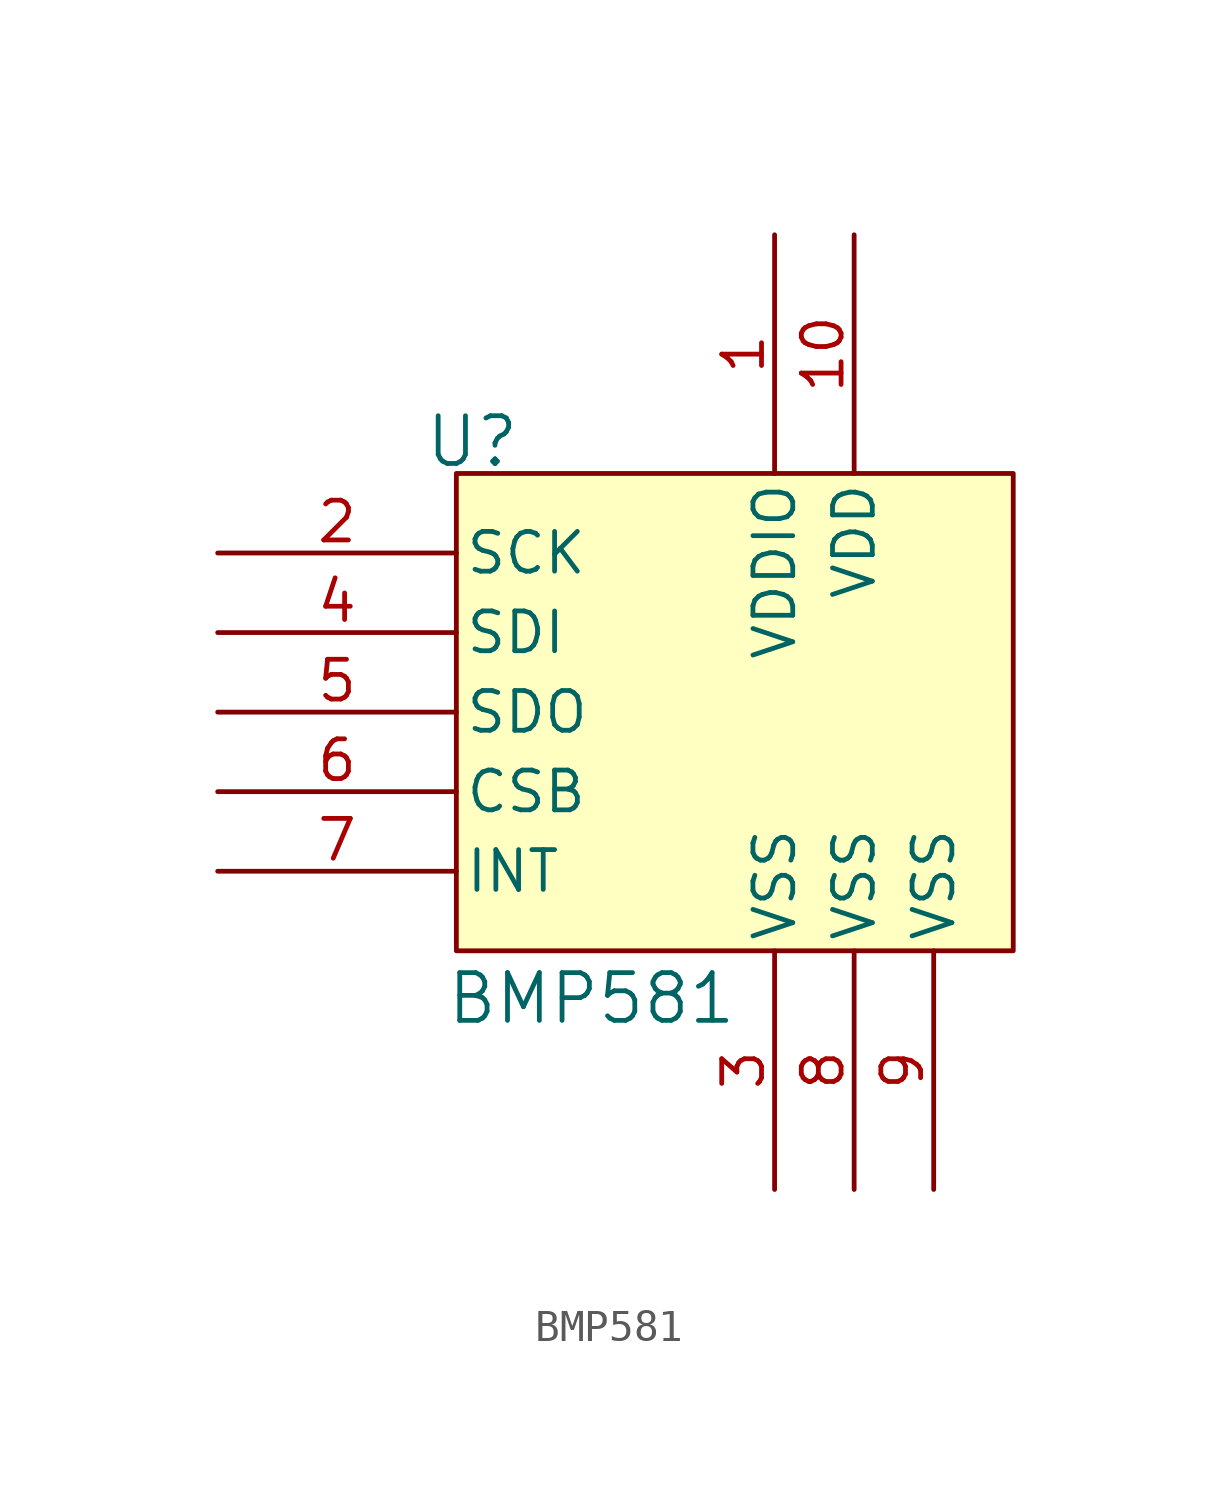
<source format=kicad_sym>
(kicad_symbol_lib
  (version 20241209)
  (generator "kicad_symbol_editor")
  (generator_version "9.0")
  (symbol "BMP581"
    (pin_names
      (offset 0.254))
    (property "Reference" "U"
      (at 8.128 4.826 0)
      (effects (font (size 1.524 1.524))))
    (property "Value" "BMP581"
      (at 11.938 -12.954 0)
      (effects (font (size 1.524 1.524))))
    (symbol "BMP581_0_1"
      (pin unspecified line (at 0 1.27 0) (length 7.62) (name "SCK" (effects (font (size 1.27 1.27)))) (number "2" (effects (font (size 1.27 1.27)))))
      (pin unspecified line (at 0 -1.27 0) (length 7.62) (name "SDI" (effects (font (size 1.27 1.27)))) (number "4" (effects (font (size 1.27 1.27)))))
      (pin unspecified line (at 0 -3.81 0) (length 7.62) (name "SDO" (effects (font (size 1.27 1.27)))) (number "5" (effects (font (size 1.27 1.27)))))
      (pin unspecified line (at 0 -6.35 0) (length 7.62) (name "CSB" (effects (font (size 1.27 1.27)))) (number "6" (effects (font (size 1.27 1.27)))))
      (pin input line (at 0 -8.89 0) (length 7.62) (name "INT" (effects (font (size 1.27 1.27)))) (number "7" (effects (font (size 1.27 1.27)))))
      (pin power_in line (at 17.78 11.43 270) (length 7.62) (name "VDDIO" (effects (font (size 1.27 1.27)))) (number "1" (effects (font (size 1.27 1.27)))))
      (pin power_out line (at 17.78 -19.05 90) (length 7.62) (name "VSS" (effects (font (size 1.27 1.27)))) (number "3" (effects (font (size 1.27 1.27)))))
      (pin power_in line (at 20.32 11.43 270) (length 7.62) (name "VDD" (effects (font (size 1.27 1.27)))) (number "10" (effects (font (size 1.27 1.27)))))
      (pin power_out line (at 20.32 -19.05 90) (length 7.62) (name "VSS" (effects (font (size 1.27 1.27)))) (number "8" (effects (font (size 1.27 1.27)))))
      (pin power_out line (at 22.86 -19.05 90) (length 7.62) (name "VSS" (effects (font (size 1.27 1.27)))) (number "9" (effects (font (size 1.27 1.27))))))
    (symbol "BMP581_1_1"
      (rectangle (start 7.62 3.81) (end 25.4 -11.43) (stroke (width 0) (type solid)) (fill (type background))))))
</source>
